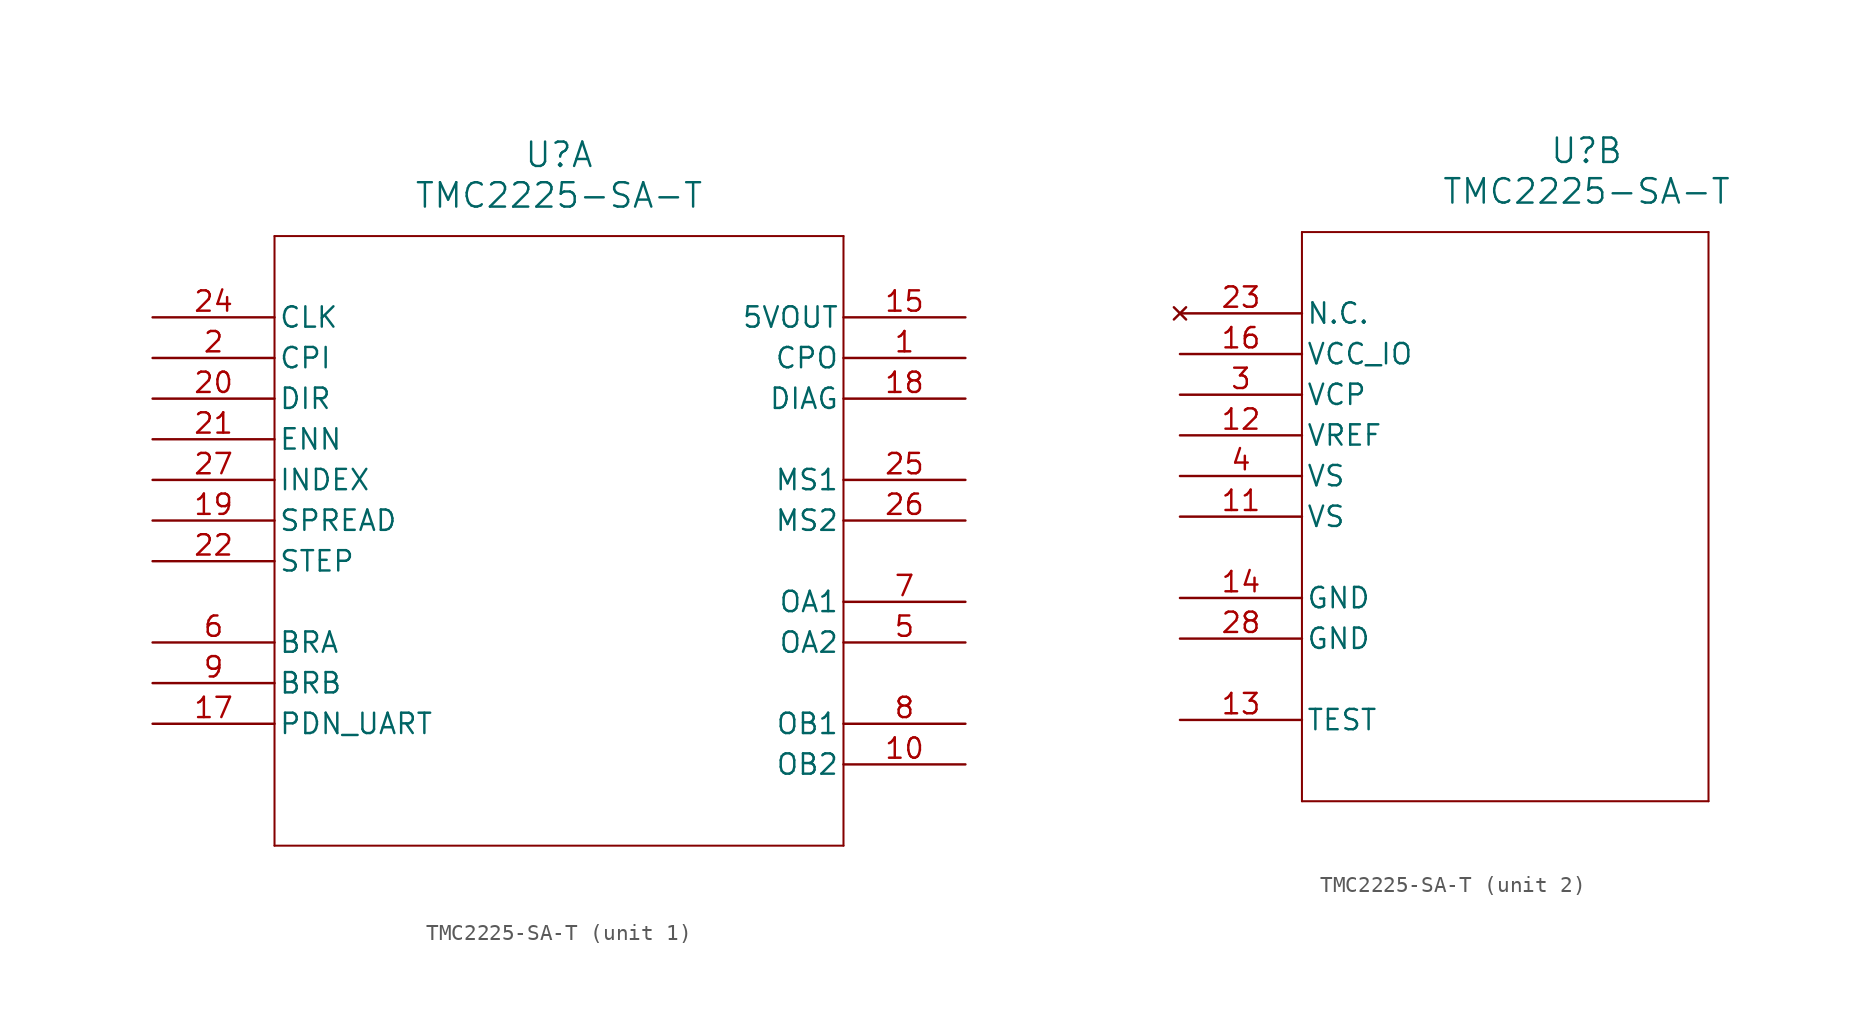
<source format=kicad_sym>
(kicad_symbol_lib
  (version 20211014)
  (generator kicad_symbol_editor)
  (symbol "TMC2225-SA-T"
    (pin_names
      (offset 0.254))
    (property "Reference" "U"
      (at 25.4 10.16 0)
      (effects (font (size 1.524 1.524))))
    (property "Value" "TMC2225-SA-T"
      (at 25.4 7.62 0)
      (effects (font (size 1.524 1.524))))
    (symbol "TMC2225-SA-T_1_1"
      (polyline (pts (xy 7.62 5.08) (xy 7.62 -33.02)) (stroke (width 0.127) (type default) (color 0 0 0 0)) (fill (type none)))
      (polyline (pts (xy 7.62 -33.02) (xy 43.18 -33.02)) (stroke (width 0.127) (type default) (color 0 0 0 0)) (fill (type none)))
      (polyline (pts (xy 43.18 -33.02) (xy 43.18 5.08)) (stroke (width 0.127) (type default) (color 0 0 0 0)) (fill (type none)))
      (polyline (pts (xy 43.18 5.08) (xy 7.62 5.08)) (stroke (width 0.127) (type default) (color 0 0 0 0)) (fill (type none)))
      (pin output line (at 50.8 -2.54 180) (length 7.62) (name "CPO" (effects (font (size 1.27 1.27)))) (number "1" (effects (font (size 1.27 1.27)))))
      (pin input line (at 0 -2.54 0) (length 7.62) (name "CPI" (effects (font (size 1.27 1.27)))) (number "2" (effects (font (size 1.27 1.27)))))
      (pin bidirectional line (at 50.8 -20.32 180) (length 7.62) (name "OA2" (effects (font (size 1.27 1.27)))) (number "5" (effects (font (size 1.27 1.27)))))
      (pin unspecified line (at 0 -20.32 0) (length 7.62) (name "BRA" (effects (font (size 1.27 1.27)))) (number "6" (effects (font (size 1.27 1.27)))))
      (pin bidirectional line (at 50.8 -17.78 180) (length 7.62) (name "OA1" (effects (font (size 1.27 1.27)))) (number "7" (effects (font (size 1.27 1.27)))))
      (pin bidirectional line (at 50.8 -25.4 180) (length 7.62) (name "OB1" (effects (font (size 1.27 1.27)))) (number "8" (effects (font (size 1.27 1.27)))))
      (pin unspecified line (at 0 -22.86 0) (length 7.62) (name "BRB" (effects (font (size 1.27 1.27)))) (number "9" (effects (font (size 1.27 1.27)))))
      (pin bidirectional line (at 50.8 -27.94 180) (length 7.62) (name "OB2" (effects (font (size 1.27 1.27)))) (number "10" (effects (font (size 1.27 1.27)))))
      (pin output line (at 50.8 0 180) (length 7.62) (name "5VOUT" (effects (font (size 1.27 1.27)))) (number "15" (effects (font (size 1.27 1.27)))))
      (pin bidirectional line (at 0 -25.4 0) (length 7.62) (name "PDN_UART" (effects (font (size 1.27 1.27)))) (number "17" (effects (font (size 1.27 1.27)))))
      (pin output line (at 50.8 -5.08 180) (length 7.62) (name "DIAG" (effects (font (size 1.27 1.27)))) (number "18" (effects (font (size 1.27 1.27)))))
      (pin input line (at 0 -12.7 0) (length 7.62) (name "SPREAD" (effects (font (size 1.27 1.27)))) (number "19" (effects (font (size 1.27 1.27)))))
      (pin input line (at 0 -5.08 0) (length 7.62) (name "DIR" (effects (font (size 1.27 1.27)))) (number "20" (effects (font (size 1.27 1.27)))))
      (pin input line (at 0 -7.62 0) (length 7.62) (name "ENN" (effects (font (size 1.27 1.27)))) (number "21" (effects (font (size 1.27 1.27)))))
      (pin input line (at 0 -15.24 0) (length 7.62) (name "STEP" (effects (font (size 1.27 1.27)))) (number "22" (effects (font (size 1.27 1.27)))))
      (pin input line (at 0 0 0) (length 7.62) (name "CLK" (effects (font (size 1.27 1.27)))) (number "24" (effects (font (size 1.27 1.27)))))
      (pin bidirectional line (at 50.8 -10.16 180) (length 7.62) (name "MS1" (effects (font (size 1.27 1.27)))) (number "25" (effects (font (size 1.27 1.27)))))
      (pin bidirectional line (at 50.8 -12.7 180) (length 7.62) (name "MS2" (effects (font (size 1.27 1.27)))) (number "26" (effects (font (size 1.27 1.27)))))
      (pin input line (at 0 -10.16 0) (length 7.62) (name "INDEX" (effects (font (size 1.27 1.27)))) (number "27" (effects (font (size 1.27 1.27))))))
    (symbol "TMC2225-SA-T_2_1"
      (polyline (pts (xy 7.62 5.08) (xy 7.62 -30.48)) (stroke (width 0.127) (type default) (color 0 0 0 0)) (fill (type none)))
      (polyline (pts (xy 7.62 -30.48) (xy 33.02 -30.48)) (stroke (width 0.127) (type default) (color 0 0 0 0)) (fill (type none)))
      (polyline (pts (xy 33.02 -30.48) (xy 33.02 5.08)) (stroke (width 0.127) (type default) (color 0 0 0 0)) (fill (type none)))
      (polyline (pts (xy 33.02 5.08) (xy 7.62 5.08)) (stroke (width 0.127) (type default) (color 0 0 0 0)) (fill (type none)))
      (pin power_in line (at 0 -5.08 0) (length 7.62) (name "VCP" (effects (font (size 1.27 1.27)))) (number "3" (effects (font (size 1.27 1.27)))))
      (pin power_in line (at 0 -10.16 0) (length 7.62) (name "VS" (effects (font (size 1.27 1.27)))) (number "4" (effects (font (size 1.27 1.27)))))
      (pin power_in line (at 0 -12.7 0) (length 7.62) (name "VS" (effects (font (size 1.27 1.27)))) (number "11" (effects (font (size 1.27 1.27)))))
      (pin power_in line (at 0 -7.62 0) (length 7.62) (name "VREF" (effects (font (size 1.27 1.27)))) (number "12" (effects (font (size 1.27 1.27)))))
      (pin power_out line (at 0 -25.4 0) (length 7.62) (name "TEST" (effects (font (size 1.27 1.27)))) (number "13" (effects (font (size 1.27 1.27)))))
      (pin power_out line (at 0 -17.78 0) (length 7.62) (name "GND" (effects (font (size 1.27 1.27)))) (number "14" (effects (font (size 1.27 1.27)))))
      (pin power_in line (at 0 -2.54 0) (length 7.62) (name "VCC_IO" (effects (font (size 1.27 1.27)))) (number "16" (effects (font (size 1.27 1.27)))))
      (pin no_connect line (at 0 0 0) (length 7.62) (name "N.C." (effects (font (size 1.27 1.27)))) (number "23" (effects (font (size 1.27 1.27)))))
      (pin power_out line (at 0 -20.32 0) (length 7.62) (name "GND" (effects (font (size 1.27 1.27)))) (number "28" (effects (font (size 1.27 1.27))))))))
</source>
